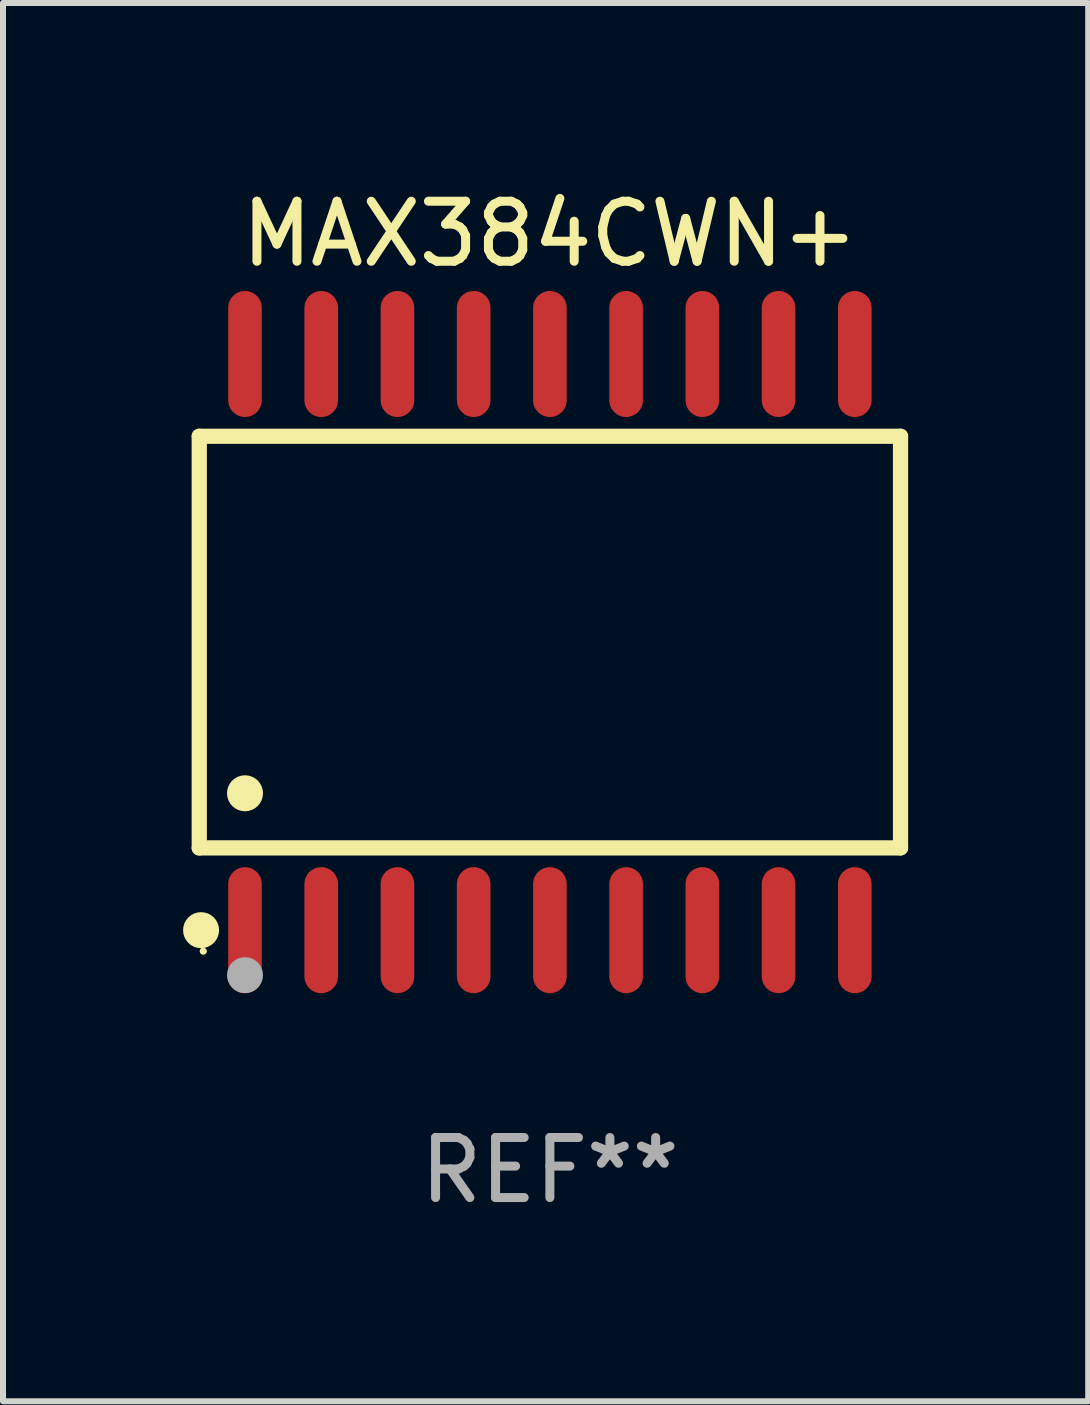
<source format=kicad_pcb>
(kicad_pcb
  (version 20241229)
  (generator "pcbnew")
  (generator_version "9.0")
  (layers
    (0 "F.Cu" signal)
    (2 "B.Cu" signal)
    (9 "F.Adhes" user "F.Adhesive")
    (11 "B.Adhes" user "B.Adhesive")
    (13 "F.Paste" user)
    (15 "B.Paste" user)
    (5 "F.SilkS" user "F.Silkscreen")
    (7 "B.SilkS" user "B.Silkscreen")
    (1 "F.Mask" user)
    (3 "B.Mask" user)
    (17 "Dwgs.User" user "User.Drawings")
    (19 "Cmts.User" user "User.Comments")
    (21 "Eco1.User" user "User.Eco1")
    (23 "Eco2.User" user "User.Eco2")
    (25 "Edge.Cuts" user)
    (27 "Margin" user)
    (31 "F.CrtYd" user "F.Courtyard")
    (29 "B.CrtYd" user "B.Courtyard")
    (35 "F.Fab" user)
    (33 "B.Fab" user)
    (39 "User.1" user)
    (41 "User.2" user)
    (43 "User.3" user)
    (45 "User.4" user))
  (footprint "MAX384CWN+"
    (layer "F.Cu")
    (at 6.112 7.648)
    (property "Reference" "MAX384CWN+" (at 0 -6.8 0) (layer "F.SilkS") (effects (font (size 1 1) (thickness 0.15))))
    (attr through_hole)
    (fp_line (start -5.842 -3.429) (end -5.842 3.429) (stroke (width 0.254) (type solid)) (layer "F.SilkS"))
    (fp_line (start -5.842 3.429) (end 5.842 3.429) (stroke (width 0.254) (type solid)) (layer "F.SilkS"))
    (fp_line (start 5.842 -3.429) (end -5.842 -3.429) (stroke (width 0.254) (type solid)) (layer "F.SilkS"))
    (fp_line (start 5.842 3.429) (end 5.842 -3.429) (stroke (width 0.254) (type solid)) (layer "F.SilkS"))
    (fp_circle (center -5.812 4.8) (end -5.662 4.8) (stroke (width 0.3) (type solid)) (fill no) (layer "F.SilkS"))
    (fp_circle (center -5.775 5.15) (end -5.745 5.15) (stroke (width 0.06) (type solid)) (fill no) (layer "F.SilkS"))
    (fp_circle (center -5.08 2.519) (end -4.93 2.519) (stroke (width 0.3) (type solid)) (fill no) (layer "F.SilkS"))
    (fp_circle (center -5.08 5.55) (end -4.93 5.55) (stroke (width 0.3) (type solid)) (fill no) (layer "F.Fab"))
    (fp_text user "REF**" (at 0 8.8 0) (layer "F.Fab") (effects (font (size 1 1) (thickness 0.15))))
    (pad "1" smd oval (at -5.08 4.8) (size 0.56 2.1) (layers "F.Cu" "F.Mask" "F.Paste"))
    (pad "2" smd oval (at -3.81 4.8) (size 0.56 2.1) (layers "F.Cu" "F.Mask" "F.Paste"))
    (pad "3" smd oval (at -2.54 4.8) (size 0.56 2.1) (layers "F.Cu" "F.Mask" "F.Paste"))
    (pad "4" smd oval (at -1.27 4.8) (size 0.56 2.1) (layers "F.Cu" "F.Mask" "F.Paste"))
    (pad "5" smd oval (at 0 4.8) (size 0.56 2.1) (layers "F.Cu" "F.Mask" "F.Paste"))
    (pad "6" smd oval (at 1.27 4.8) (size 0.56 2.1) (layers "F.Cu" "F.Mask" "F.Paste"))
    (pad "7" smd oval (at 2.54 4.8) (size 0.56 2.1) (layers "F.Cu" "F.Mask" "F.Paste"))
    (pad "8" smd oval (at 3.81 4.8) (size 0.56 2.1) (layers "F.Cu" "F.Mask" "F.Paste"))
    (pad "9" smd oval (at 5.08 4.8) (size 0.56 2.1) (layers "F.Cu" "F.Mask" "F.Paste"))
    (pad "10" smd oval (at 5.08 -4.8) (size 0.56 2.1) (layers "F.Cu" "F.Mask" "F.Paste"))
    (pad "11" smd oval (at 3.81 -4.8) (size 0.56 2.1) (layers "F.Cu" "F.Mask" "F.Paste"))
    (pad "12" smd oval (at 2.54 -4.8) (size 0.56 2.1) (layers "F.Cu" "F.Mask" "F.Paste"))
    (pad "13" smd oval (at 1.27 -4.8) (size 0.56 2.1) (layers "F.Cu" "F.Mask" "F.Paste"))
    (pad "14" smd oval (at 0 -4.8) (size 0.56 2.1) (layers "F.Cu" "F.Mask" "F.Paste"))
    (pad "15" smd oval (at -1.27 -4.8) (size 0.56 2.1) (layers "F.Cu" "F.Mask" "F.Paste"))
    (pad "16" smd oval (at -2.54 -4.8) (size 0.56 2.1) (layers "F.Cu" "F.Mask" "F.Paste"))
    (pad "17" smd oval (at -3.81 -4.8) (size 0.56 2.1) (layers "F.Cu" "F.Mask" "F.Paste"))
    (pad "18" smd oval (at -5.08 -4.8) (size 0.56 2.1) (layers "F.Cu" "F.Mask" "F.Paste")))
  (gr_rect
    (start -3 -3)
    (end 15.081 20.297)
    (stroke (width 0.1) (type default))
    (fill no)
    (layer "Edge.Cuts")))
</source>
